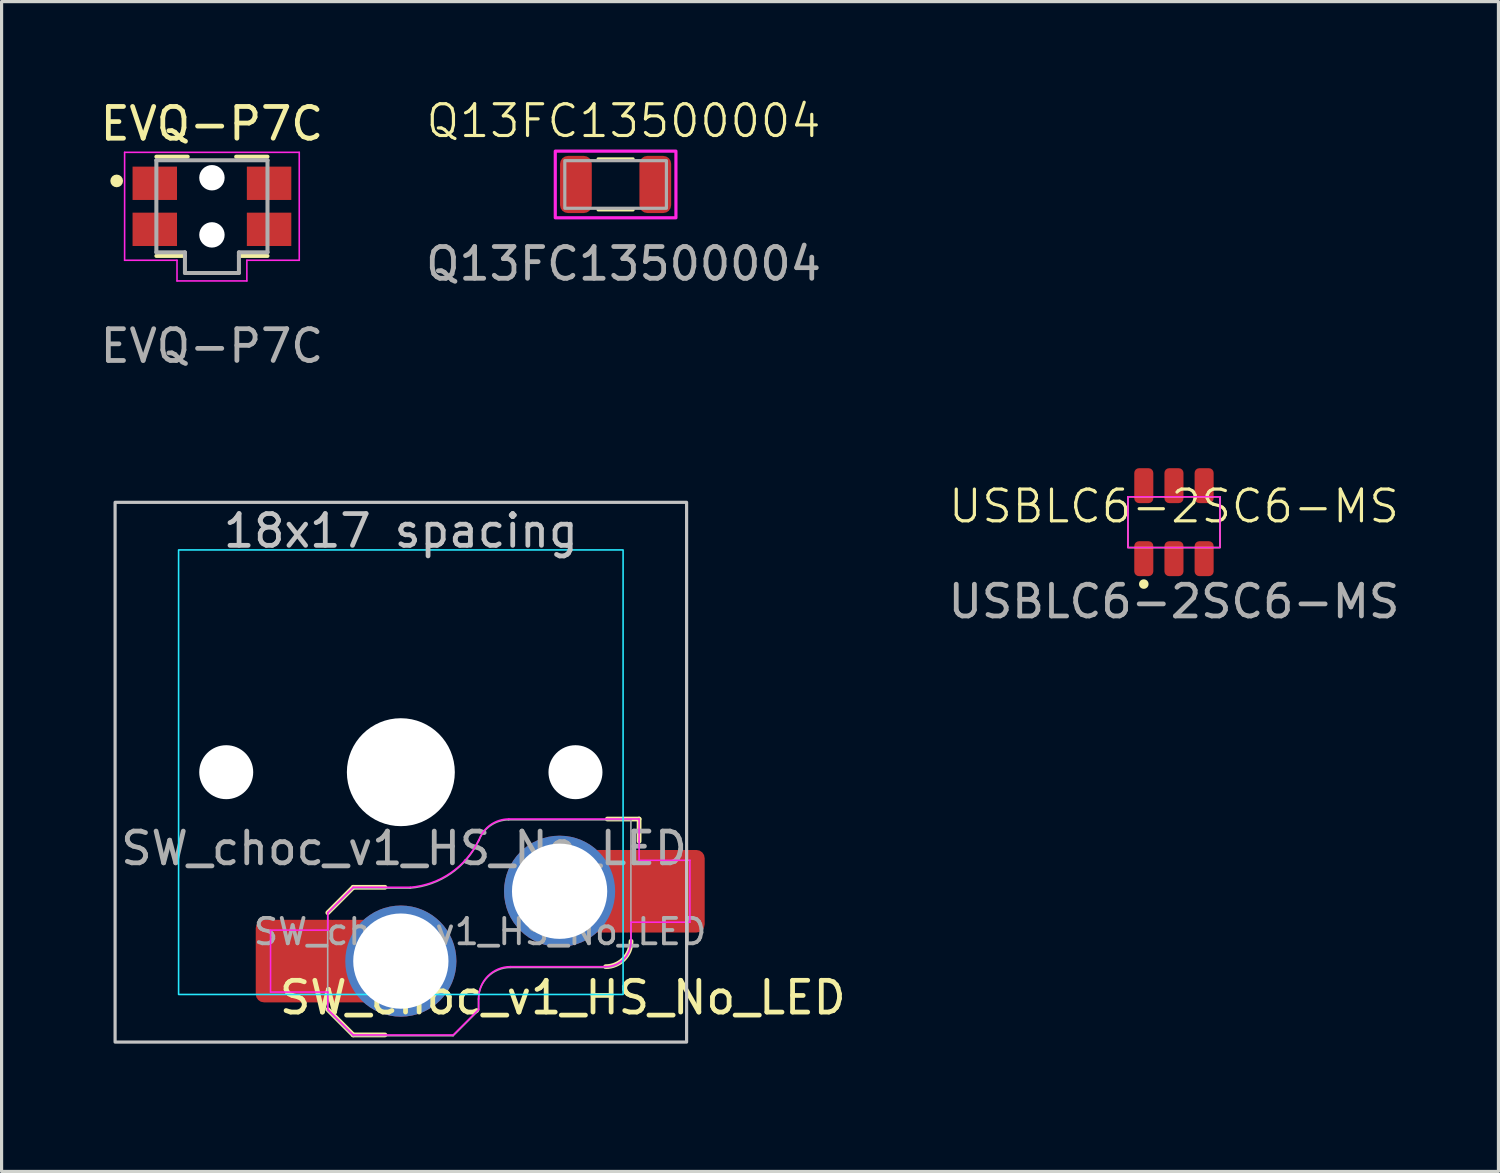
<source format=kicad_pcb>
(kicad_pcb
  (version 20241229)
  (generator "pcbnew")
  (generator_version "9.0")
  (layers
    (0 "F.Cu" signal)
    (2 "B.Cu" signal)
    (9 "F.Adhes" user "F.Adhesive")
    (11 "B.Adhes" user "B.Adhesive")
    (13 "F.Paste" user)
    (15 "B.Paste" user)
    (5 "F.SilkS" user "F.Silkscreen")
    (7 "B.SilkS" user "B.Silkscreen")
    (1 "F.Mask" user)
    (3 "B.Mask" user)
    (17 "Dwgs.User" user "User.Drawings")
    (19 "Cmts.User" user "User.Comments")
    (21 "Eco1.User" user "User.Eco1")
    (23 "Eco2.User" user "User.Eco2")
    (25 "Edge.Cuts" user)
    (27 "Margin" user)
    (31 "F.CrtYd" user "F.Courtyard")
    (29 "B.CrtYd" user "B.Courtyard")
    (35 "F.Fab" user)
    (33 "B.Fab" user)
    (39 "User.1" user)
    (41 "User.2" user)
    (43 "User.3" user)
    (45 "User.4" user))
  (footprint "Q13FC13500004"
    (layer "F.Cu")
    (at 16.589 2.76)
    (property "Reference" "Q13FC13500004" (at 0 -2 0) (unlocked yes) (layer "F.SilkS") (effects (font (size 1 1) (thickness 0.1))))
    (attr smd)
    (fp_line (start -0.8 -0.805) (end 0.3 -0.805) (stroke (width 0.1) (type default)) (layer "F.SilkS"))
    (fp_line (start -0.8 0.8) (end 0.3 0.8) (stroke (width 0.1) (type default)) (layer "F.SilkS"))
    (fp_rect (start -2.15 -1.05) (end 1.65 1.05) (stroke (width 0.1) (type default)) (fill no) (layer "F.CrtYd"))
    (fp_rect (start -1.85 -0.75) (end 1.35 0.75) (stroke (width 0.1) (type default)) (fill no) (layer "F.Fab"))
    (fp_text user "${REFERENCE}" (at 0 2.5 0) (unlocked yes) (layer "F.Fab") (effects (font (size 1 1) (thickness 0.15))))
    (pad "1" smd roundrect (at -1.5 0) (size 1 1.8) (layers "F.Cu" "F.Mask" "F.Paste") (roundrect_rratio 0.25))
    (pad "2" smd roundrect (at 1 0) (size 1 1.8) (layers "F.Cu" "F.Mask" "F.Paste") (roundrect_rratio 0.25))
    (zone (net_name "") (layers "F.Cu" "B.Cu") (name "KEEP OUT") (hatch edge 0.5) (connect_pads) (min_thickness 0.25) (filled_areas_thickness no) (keepout (tracks allowed) (vias not_allowed) (pads allowed) (copperpour not_allowed) (footprints not_allowed)) (placement (enabled no)) (fill) (polygon (pts (xy 14.689 1.861) (xy 17.989 1.861) (xy 17.989 3.66) (xy 14.689 3.66)))))
  (footprint "EVQ-P7C"
    (layer "F.Cu")
    (at 3.625 3.448)
    (property "Reference" "EVQ-P7C" (at 0 -2.6 0) (unlocked yes) (layer "F.SilkS") (effects (font (size 1 1) (thickness 0.15))))
    (attr smd)
    (fp_line (start -1.75 -1.563) (end -0.763 -1.563) (stroke (width 0.127) (type solid)) (layer "F.SilkS"))
    (fp_line (start -0.85 1.563) (end -1.75 1.563) (stroke (width 0.127) (type solid)) (layer "F.SilkS"))
    (fp_line (start 1.75 -1.563) (end 0.763 -1.563) (stroke (width 0.127) (type solid)) (layer "F.SilkS"))
    (fp_line (start 1.75 1.563) (end 0.85 1.563) (stroke (width 0.127) (type solid)) (layer "F.SilkS"))
    (fp_circle (center -3 -0.8) (end -2.9 -0.8) (stroke (width 0.2) (type solid)) (fill no) (layer "F.SilkS"))
    (fp_line (start -2.75 -1.7) (end 2.75 -1.7) (stroke (width 0.05) (type solid)) (layer "F.CrtYd"))
    (fp_line (start -2.75 1.7) (end -2.75 -1.7) (stroke (width 0.05) (type solid)) (layer "F.CrtYd"))
    (fp_line (start -1.1 1.7) (end -2.75 1.7) (stroke (width 0.05) (type solid)) (layer "F.CrtYd"))
    (fp_line (start -1.1 2.35) (end -1.1 1.7) (stroke (width 0.05) (type solid)) (layer "F.CrtYd"))
    (fp_line (start 1.1 1.7) (end 1.1 2.35) (stroke (width 0.05) (type solid)) (layer "F.CrtYd"))
    (fp_line (start 1.1 2.35) (end -1.1 2.35) (stroke (width 0.05) (type solid)) (layer "F.CrtYd"))
    (fp_line (start 2.75 -1.7) (end 2.75 1.7) (stroke (width 0.05) (type solid)) (layer "F.CrtYd"))
    (fp_line (start 2.75 1.7) (end 1.1 1.7) (stroke (width 0.05) (type solid)) (layer "F.CrtYd"))
    (fp_line (start -1.75 -1.45) (end 1.75 -1.45) (stroke (width 0.127) (type solid)) (layer "F.Fab"))
    (fp_line (start -1.75 1.45) (end -1.75 -1.45) (stroke (width 0.127) (type solid)) (layer "F.Fab"))
    (fp_line (start -0.85 1.45) (end -1.75 1.45) (stroke (width 0.127) (type solid)) (layer "F.Fab"))
    (fp_line (start -0.85 2.1) (end -0.85 1.45) (stroke (width 0.127) (type solid)) (layer "F.Fab"))
    (fp_line (start 0.85 1.45) (end 0.85 2.1) (stroke (width 0.127) (type solid)) (layer "F.Fab"))
    (fp_line (start 0.85 2.1) (end -0.85 2.1) (stroke (width 0.127) (type solid)) (layer "F.Fab"))
    (fp_line (start 1.75 -1.45) (end 1.75 1.45) (stroke (width 0.127) (type solid)) (layer "F.Fab"))
    (fp_line (start 1.75 1.45) (end 0.85 1.45) (stroke (width 0.127) (type solid)) (layer "F.Fab"))
    (fp_text user "${REFERENCE}" (at 0 4.4 0) (unlocked yes) (layer "F.Fab") (effects (font (size 1 1) (thickness 0.15))))
    (pad "" np_thru_hole circle (at 0 -0.9) (size 0.8 0.8) (drill 0.8) (layers "*.Cu" "*.Mask"))
    (pad "" np_thru_hole circle (at 0 0.9) (size 0.8 0.8) (drill 0.8) (layers "*.Cu" "*.Mask"))
    (pad "1" smd rect (at -1.8 -0.725) (size 1.4 1.05) (layers "F.Cu" "F.Mask" "F.Paste"))
    (pad "1" smd rect (at 1.8 -0.725) (size 1.4 1.05) (layers "F.Cu" "F.Mask" "F.Paste"))
    (pad "2" smd rect (at -1.8 0.725) (size 1.4 1.05) (layers "F.Cu" "F.Mask" "F.Paste"))
    (pad "2" smd rect (at 1.8 0.725) (size 1.4 1.05) (layers "F.Cu" "F.Mask" "F.Paste")))
  (footprint "SW_choc_v1_HS_No_LED"
    (layer "F.Cu")
    (at 9.575 21.271)
    (property "Reference" "SW_choc_v1_HS_No_LED" (at 5.1 7.1 0) (unlocked yes) (layer "F.SilkS") (effects (font (size 1 1) (thickness 0.15))))
    (attr through_hole)
    (fp_line (start -2.3 7.475) (end -1.5 8.275) (stroke (width 0.15) (type solid)) (layer "F.SilkS"))
    (fp_line (start -1.5 3.625) (end -2.3 4.425) (stroke (width 0.15) (type solid)) (layer "F.SilkS"))
    (fp_line (start -1.5 3.625) (end -0.5 3.625) (stroke (width 0.15) (type solid)) (layer "F.SilkS"))
    (fp_line (start -1.5 8.275) (end -0.5 8.275) (stroke (width 0.15) (type solid)) (layer "F.SilkS"))
    (fp_line (start 7.504 1.475) (end 6.504 1.475) (stroke (width 0.15) (type solid)) (layer "F.SilkS"))
    (fp_line (start 7.504 1.475) (end 7.504 2.175) (stroke (width 0.15) (type solid)) (layer "F.SilkS"))
    (fp_arc (start 7.25 5.325) (mid 7.015685 5.890685) (end 6.45 6.125) (stroke (width 0.15) (type solid)) (layer "F.SilkS"))
    (fp_rect (start -9 -8.5) (end 9 8.5) (stroke (width 0.1) (type default)) (fill no) (layer "Dwgs.User"))
    (fp_rect (start -9.525 -9.525) (end 9.525 9.525) (stroke (width 0.1) (type default)) (fill no) (layer "Eco1.User"))
    (fp_line (start -6.95 -6.45) (end -6.95 6.45) (stroke (width 0.05) (type solid)) (layer "Eco2.User"))
    (fp_line (start -6.45 6.95) (end 6.45 6.95) (stroke (width 0.05) (type solid)) (layer "Eco2.User"))
    (fp_line (start 6.45 -6.95) (end -6.45 -6.95) (stroke (width 0.05) (type solid)) (layer "Eco2.User"))
    (fp_line (start 6.95 6.45) (end 6.95 -6.45) (stroke (width 0.05) (type solid)) (layer "Eco2.User"))
    (fp_arc (start -6.95 -6.45) (mid -6.803553 -6.803553) (end -6.45 -6.95) (stroke (width 0.05) (type solid)) (layer "Eco2.User"))
    (fp_arc (start -6.45 6.95) (mid -6.803553 6.803553) (end -6.95 6.45) (stroke (width 0.05) (type solid)) (layer "Eco2.User"))
    (fp_arc (start 6.45 -6.95) (mid 6.803553 -6.803553) (end 6.95 -6.45) (stroke (width 0.05) (type solid)) (layer "Eco2.User"))
    (fp_arc (start 6.95 6.45) (mid 6.803553 6.803553) (end 6.45 6.95) (stroke (width 0.05) (type solid)) (layer "Eco2.User"))
    (fp_rect (start -7 -7) (end 7 7) (stroke (width 0.05) (type default)) (fill no) (layer "B.CrtYd"))
    (fp_line (start -4.104 4.975) (end -4.104 6.925) (stroke (width 0.05) (type solid)) (layer "F.CrtYd"))
    (fp_line (start -4.104 4.975) (end -2.3 4.975) (stroke (width 0.05) (type solid)) (layer "F.CrtYd"))
    (fp_line (start -4.104 6.925) (end -2.3 6.925) (stroke (width 0.05) (type solid)) (layer "F.CrtYd"))
    (fp_line (start -2.3 4.975) (end -2.3 4.425) (stroke (width 0.05) (type solid)) (layer "F.CrtYd"))
    (fp_line (start -2.3 7.475) (end -2.3 6.925) (stroke (width 0.05) (type solid)) (layer "F.CrtYd"))
    (fp_line (start -2.3 7.475) (end -1.5 8.275) (stroke (width 0.05) (type solid)) (layer "F.CrtYd"))
    (fp_line (start -1.5 3.625) (end -2.3 4.425) (stroke (width 0.05) (type solid)) (layer "F.CrtYd"))
    (fp_line (start -1.5 3.625) (end 0.3 3.625) (stroke (width 0.05) (type solid)) (layer "F.CrtYd"))
    (fp_line (start -1.5 8.275) (end 1.65 8.275) (stroke (width 0.05) (type solid)) (layer "F.CrtYd"))
    (fp_line (start 2.45 7.475) (end 1.65 8.275) (stroke (width 0.05) (type solid)) (layer "F.CrtYd"))
    (fp_line (start 2.45 7.475) (end 2.45 7.125) (stroke (width 0.05) (type solid)) (layer "F.CrtYd"))
    (fp_line (start 3.45 6.125) (end 6.45 6.125) (stroke (width 0.05) (type solid)) (layer "F.CrtYd"))
    (fp_line (start 7.25 4.725) (end 9.104 4.725) (stroke (width 0.05) (type solid)) (layer "F.CrtYd"))
    (fp_line (start 7.25 5.325) (end 7.25 4.725) (stroke (width 0.05) (type solid)) (layer "F.CrtYd"))
    (fp_line (start 7.504 1.475) (end 3.4 1.475) (stroke (width 0.05) (type solid)) (layer "F.CrtYd"))
    (fp_line (start 7.504 1.475) (end 7.504 2.175) (stroke (width 0.05) (type solid)) (layer "F.CrtYd"))
    (fp_line (start 7.504 2.175) (end 7.504 2.775) (stroke (width 0.05) (type solid)) (layer "F.CrtYd"))
    (fp_line (start 9.104 2.775) (end 7.504 2.775) (stroke (width 0.05) (type solid)) (layer "F.CrtYd"))
    (fp_line (start 9.104 4.725) (end 9.104 2.775) (stroke (width 0.05) (type solid)) (layer "F.CrtYd"))
    (fp_arc (start 2.45 7.125) (mid 2.742893 6.417893) (end 3.45 6.125) (stroke (width 0.05) (type solid)) (layer "F.CrtYd"))
    (fp_arc (start 2.455444 2.13293) (mid 1.577271 3.167234) (end 0.299999 3.624999) (stroke (width 0.05) (type solid)) (layer "F.CrtYd"))
    (fp_arc (start 2.460307 2.13298) (mid 2.826423 1.655848) (end 3.4 1.475) (stroke (width 0.05) (type solid)) (layer "F.CrtYd"))
    (fp_arc (start 7.25 5.325) (mid 7.015685 5.890685) (end 6.45 6.125) (stroke (width 0.05) (type solid)) (layer "F.CrtYd"))
    (fp_line (start -2.304 7.5) (end -2.304 4.45) (stroke (width 0.05) (type solid)) (layer "F.Fab"))
    (fp_line (start -2.304 7.5) (end -1.504 8.3) (stroke (width 0.05) (type solid)) (layer "F.Fab"))
    (fp_line (start -1.504 3.65) (end -2.304 4.45) (stroke (width 0.05) (type solid)) (layer "F.Fab"))
    (fp_line (start -1.504 3.65) (end 0.296 3.65) (stroke (width 0.05) (type solid)) (layer "F.Fab"))
    (fp_line (start -1.504 8.3) (end 1.646 8.3) (stroke (width 0.05) (type solid)) (layer "F.Fab"))
    (fp_line (start 2.446 7.5) (end 1.646 8.3) (stroke (width 0.05) (type solid)) (layer "F.Fab"))
    (fp_line (start 2.446 7.5) (end 2.446 7.15) (stroke (width 0.05) (type solid)) (layer "F.Fab"))
    (fp_line (start 3.446 6.15) (end 6.446 6.15) (stroke (width 0.05) (type solid)) (layer "F.Fab"))
    (fp_line (start 7.246 1.5) (end 3.396 1.5) (stroke (width 0.05) (type solid)) (layer "F.Fab"))
    (fp_line (start 7.246 5.35) (end 7.246 1.5) (stroke (width 0.05) (type solid)) (layer "F.Fab"))
    (fp_arc (start 2.446 7.15) (mid 2.738893 6.442893) (end 3.446 6.15) (stroke (width 0.05) (type solid)) (layer "F.Fab"))
    (fp_arc (start 2.451444 2.15793) (mid 1.573271 3.192234) (end 0.295999 3.649999) (stroke (width 0.05) (type solid)) (layer "F.Fab"))
    (fp_arc (start 2.456307 2.15798) (mid 2.822423 1.680848) (end 3.396 1.5) (stroke (width 0.05) (type solid)) (layer "F.Fab"))
    (fp_arc (start 7.246 5.35) (mid 7.011685 5.915685) (end 6.446 6.15) (stroke (width 0.05) (type solid)) (layer "F.Fab"))
    (fp_text user "18x17 spacing" (at 0 -7.6 180) (layer "Dwgs.User") (effects (font (size 1 1) (thickness 0.15))))
    (fp_text user "19.05 spacing" (at 0 -8.7 180) (layer "Eco1.User") (effects (font (size 1 1) (thickness 0.15))))
    (fp_text user "${REFERENCE}" (at 2.496 5.025 0) (layer "F.Fab") (effects (font (size 0.8 0.8) (thickness 0.12))))
    (fp_text user "${REFERENCE}" (at 0.1 2.4 0) (unlocked yes) (layer "F.Fab") (effects (font (size 1 1) (thickness 0.15))))
    (pad "" np_thru_hole circle (at -5.5 0 180) (size 1.7 1.7) (drill 1.7) (layers "*.Cu" "*.Mask"))
    (pad "" np_thru_hole circle (at 0 0) (size 3.4 3.4) (drill 3.4) (layers "*.Cu" "*.Mask"))
    (pad "" np_thru_hole circle (at 5.5 0 180) (size 1.7 1.7) (drill 1.7) (layers "*.Cu" "*.Mask"))
    (pad "1" thru_hole circle (at 5 3.75) (size 3.5 3.5) (drill 3) (layers "*.Cu" "F.Mask"))
    (pad "1" smd rect (at 6.55 3.75) (size 1.2 2.6) (layers "F.Cu"))
    (pad "1" smd roundrect (at 8.245 3.75) (size 2.65 2.6) (layers "F.Cu" "F.Mask" "F.Paste") (roundrect_rratio 0.1))
    (pad "2" smd roundrect (at -3.245 5.95) (size 2.65 2.6) (layers "F.Cu" "F.Mask" "F.Paste") (roundrect_rratio 0.1))
    (pad "2" smd rect (at -1.55 5.95 180) (size 1.2 2.6) (layers "F.Cu"))
    (pad "2" thru_hole circle (at 0 5.95) (size 3.5 3.5) (drill 3) (layers "*.Cu" "F.Mask")))
  (footprint "USBLC6-2SC6-MS"
    (layer "F.Cu")
    (at 33.925 13.396)
    (property "Reference" "USBLC6-2SC6-MS" (at 0 -0.5 0) (unlocked yes) (layer "F.SilkS") (effects (font (size 1 1) (thickness 0.1))))
    (attr smd)
    (fp_rect (start -1.45 -0.8) (end 1.45 0.8) (stroke (width 0.05) (type default)) (fill no) (layer "F.SilkS"))
    (fp_circle (center -0.95 1.95) (end -0.85 1.95) (stroke (width 0.1) (type solid)) (fill yes) (layer "F.SilkS"))
    (fp_rect (start -1.45 -0.8) (end 1.45 0.8) (stroke (width 0.05) (type default)) (fill no) (layer "F.CrtYd"))
    (fp_text user "${REFERENCE}" (at 0 2.5 0) (unlocked yes) (layer "F.Fab") (effects (font (size 1 1) (thickness 0.15))))
    (pad "1" smd roundrect (at -0.95 1.15) (size 0.6 1.1) (layers "F.Cu" "F.Mask" "F.Paste") (roundrect_rratio 0.25))
    (pad "2" smd roundrect (at 0 1.15) (size 0.6 1.1) (layers "F.Cu" "F.Mask" "F.Paste") (roundrect_rratio 0.25))
    (pad "3" smd roundrect (at 0.95 1.15) (size 0.6 1.1) (layers "F.Cu" "F.Mask" "F.Paste") (roundrect_rratio 0.25))
    (pad "4" smd roundrect (at -0.95 -1.15) (size 0.6 1.1) (layers "F.Cu" "F.Mask" "F.Paste") (roundrect_rratio 0.25))
    (pad "5" smd roundrect (at 0 -1.15) (size 0.6 1.1) (layers "F.Cu" "F.Mask" "F.Paste") (roundrect_rratio 0.25))
    (pad "6" smd roundrect (at 0.95 -1.15) (size 0.6 1.1) (layers "F.Cu" "F.Mask" "F.Paste") (roundrect_rratio 0.25)))
  (gr_rect
    (start -3 -3)
    (end 44.145 33.846)
    (stroke (width 0.1) (type default))
    (fill no)
    (layer "Edge.Cuts")))
</source>
